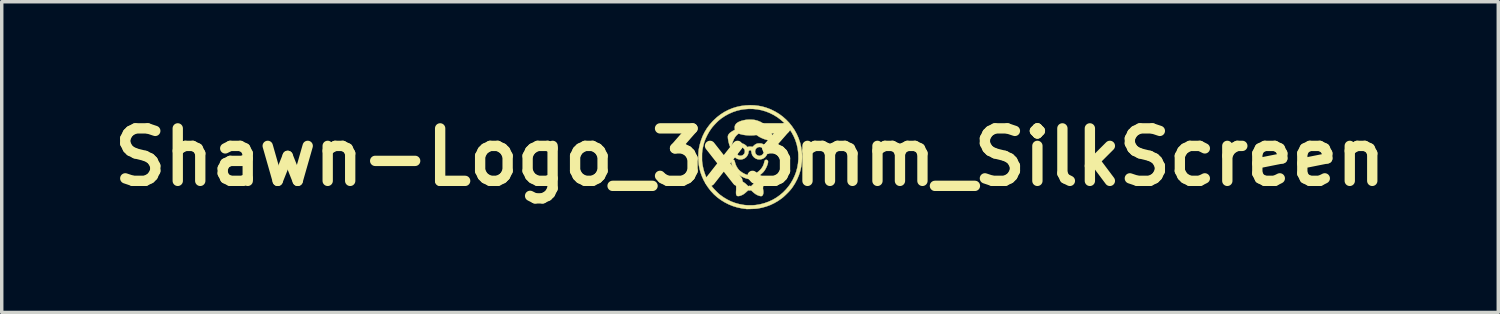
<source format=kicad_pcb>
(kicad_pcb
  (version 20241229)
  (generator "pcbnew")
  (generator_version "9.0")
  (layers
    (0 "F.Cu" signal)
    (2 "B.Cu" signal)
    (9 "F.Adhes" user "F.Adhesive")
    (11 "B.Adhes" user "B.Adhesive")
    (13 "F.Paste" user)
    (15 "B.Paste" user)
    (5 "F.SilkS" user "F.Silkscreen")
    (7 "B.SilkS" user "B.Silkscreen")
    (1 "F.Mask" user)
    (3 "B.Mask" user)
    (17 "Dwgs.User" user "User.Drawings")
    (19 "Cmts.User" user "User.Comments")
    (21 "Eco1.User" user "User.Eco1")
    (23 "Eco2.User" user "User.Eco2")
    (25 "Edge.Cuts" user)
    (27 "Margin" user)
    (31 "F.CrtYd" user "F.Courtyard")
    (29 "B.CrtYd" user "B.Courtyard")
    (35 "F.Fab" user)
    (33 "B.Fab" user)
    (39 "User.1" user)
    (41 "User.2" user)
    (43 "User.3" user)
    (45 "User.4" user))
  (footprint "Shawn-Logo_3x3mm_SilkScreen"
    (layer "F.Cu")
    (at 18.731 1.513)
    (property "Reference" "Shawn-Logo_3x3mm_SilkScreen" (at 0 0 0) (layer "F.SilkS") (effects (font (size 1.524 1.524) (thickness 0.3))))
    (attr through_hole)
    (fp_poly (pts (xy -0.474 0.079) (xy -0.461 0.088) (xy -0.45 0.104) (xy -0.442 0.13) (xy -0.437 0.148) (xy -0.419 0.211) (xy -0.392 0.271) (xy -0.357 0.328) (xy -0.32 0.374) (xy -0.283 0.407) (xy -0.238 0.44) (xy -0.189 0.47) (xy -0.138 0.495) (xy -0.109 0.507) (xy -0.068 0.52) (xy -0.031 0.527) (xy 0.003 0.527) (xy 0.038 0.521) (xy 0.078 0.509) (xy 0.106 0.499) (xy 0.175 0.465) (xy 0.237 0.424) (xy 0.292 0.375) (xy 0.338 0.32) (xy 0.375 0.26) (xy 0.401 0.196) (xy 0.415 0.143) (xy 0.422 0.115) (xy 0.432 0.095) (xy 0.435 0.091) (xy 0.453 0.08) (xy 0.474 0.077) (xy 0.494 0.083) (xy 0.511 0.096) (xy 0.522 0.115) (xy 0.523 0.118) (xy 0.524 0.142) (xy 0.519 0.173) (xy 0.509 0.21) (xy 0.494 0.251) (xy 0.476 0.293) (xy 0.455 0.335) (xy 0.431 0.375) (xy 0.425 0.385) (xy 0.388 0.432) (xy 0.343 0.476) (xy 0.293 0.516) (xy 0.239 0.552) (xy 0.181 0.582) (xy 0.123 0.607) (xy 0.066 0.624) (xy 0.011 0.633) (xy -0.039 0.634) (xy -0.058 0.632) (xy -0.115 0.618) (xy -0.175 0.596) (xy -0.235 0.567) (xy -0.292 0.533) (xy -0.345 0.495) (xy -0.391 0.455) (xy -0.424 0.418) (xy -0.46 0.367) (xy -0.491 0.311) (xy -0.516 0.255) (xy -0.535 0.2) (xy -0.543 0.164) (xy -0.546 0.141) (xy -0.547 0.125) (xy -0.544 0.113) (xy -0.541 0.107) (xy -0.526 0.087) (xy -0.505 0.078) (xy -0.491 0.077) (xy -0.474 0.079)) (stroke (width 0.01) (type solid)) (fill yes) (layer "F.SilkS"))
    (fp_poly (pts (xy 0.332 0.671) (xy 0.34 0.674) (xy 0.362 0.692) (xy 0.378 0.718) (xy 0.386 0.753) (xy 0.388 0.795) (xy 0.383 0.844) (xy 0.382 0.846) (xy 0.378 0.873) (xy 0.376 0.894) (xy 0.376 0.914) (xy 0.379 0.936) (xy 0.382 0.954) (xy 0.388 1.003) (xy 0.387 1.045) (xy 0.379 1.081) (xy 0.373 1.094) (xy 0.36 1.116) (xy 0.343 1.129) (xy 0.32 1.133) (xy 0.289 1.129) (xy 0.231 1.111) (xy 0.174 1.082) (xy 0.117 1.041) (xy 0.077 1.006) (xy 0.055 0.985) (xy 0.039 0.971) (xy 0.028 0.964) (xy 0.021 0.962) (xy 0.017 0.963) (xy 0.002 0.968) (xy -0.018 0.968) (xy -0.035 0.966) (xy -0.041 0.963) (xy -0.047 0.963) (xy -0.058 0.969) (xy -0.073 0.981) (xy -0.096 1.002) (xy -0.102 1.007) (xy -0.127 1.03) (xy -0.154 1.052) (xy -0.179 1.071) (xy -0.194 1.081) (xy -0.234 1.102) (xy -0.274 1.118) (xy -0.309 1.128) (xy -0.341 1.132) (xy -0.365 1.129) (xy -0.373 1.126) (xy -0.387 1.115) (xy -0.397 1.099) (xy -0.403 1.078) (xy -0.406 1.048) (xy -0.406 1.01) (xy -0.405 0.994) (xy -0.403 0.962) (xy -0.402 0.937) (xy -0.402 0.916) (xy -0.402 0.896) (xy -0.402 0.875) (xy -0.403 0.848) (xy -0.405 0.813) (xy -0.405 0.806) (xy -0.406 0.767) (xy -0.404 0.737) (xy -0.4 0.715) (xy -0.392 0.699) (xy -0.381 0.687) (xy -0.365 0.677) (xy -0.353 0.672) (xy -0.344 0.67) (xy -0.332 0.671) (xy -0.315 0.674) (xy -0.298 0.679) (xy -0.24 0.7) (xy -0.186 0.729) (xy -0.133 0.768) (xy -0.093 0.805) (xy -0.052 0.845) (xy -0.032 0.838) (xy -0.014 0.834) (xy 0.002 0.836) (xy 0.009 0.838) (xy 0.031 0.846) (xy 0.067 0.809) (xy 0.122 0.759) (xy 0.177 0.72) (xy 0.234 0.692) (xy 0.282 0.677) (xy 0.305 0.672) (xy 0.32 0.67) (xy 0.332 0.671)) (stroke (width 0.01) (type solid)) (fill yes) (layer "F.SilkS"))
    (fp_poly (pts (xy 0.059 -1.087) (xy 0.105 -1.084) (xy 0.139 -1.079) (xy 0.225 -1.056) (xy 0.305 -1.023) (xy 0.38 -0.98) (xy 0.449 -0.927) (xy 0.511 -0.864) (xy 0.566 -0.793) (xy 0.614 -0.712) (xy 0.655 -0.622) (xy 0.655 -0.622) (xy 0.671 -0.581) (xy 0.682 -0.549) (xy 0.688 -0.525) (xy 0.689 -0.509) (xy 0.685 -0.499) (xy 0.676 -0.493) (xy 0.661 -0.49) (xy 0.653 -0.49) (xy 0.628 -0.49) (xy 0.609 -0.427) (xy 0.598 -0.393) (xy 0.588 -0.369) (xy 0.58 -0.355) (xy 0.571 -0.348) (xy 0.561 -0.347) (xy 0.557 -0.349) (xy 0.55 -0.354) (xy 0.545 -0.364) (xy 0.541 -0.382) (xy 0.538 -0.407) (xy 0.536 -0.443) (xy 0.536 -0.453) (xy 0.535 -0.49) (xy 0.505 -0.497) (xy 0.445 -0.513) (xy 0.385 -0.534) (xy 0.327 -0.559) (xy 0.274 -0.586) (xy 0.23 -0.614) (xy 0.22 -0.621) (xy 0.202 -0.634) (xy 0.189 -0.641) (xy 0.177 -0.642) (xy 0.167 -0.641) (xy 0.099 -0.633) (xy 0.026 -0.63) (xy -0.049 -0.632) (xy -0.125 -0.638) (xy -0.197 -0.648) (xy -0.262 -0.663) (xy -0.307 -0.676) (xy -0.321 -0.681) (xy -0.331 -0.681) (xy -0.341 -0.676) (xy -0.356 -0.665) (xy -0.358 -0.664) (xy -0.397 -0.628) (xy -0.432 -0.584) (xy -0.464 -0.529) (xy -0.493 -0.463) (xy -0.519 -0.387) (xy -0.527 -0.364) (xy -0.534 -0.339) (xy -0.542 -0.318) (xy -0.548 -0.304) (xy -0.551 -0.3) (xy -0.565 -0.296) (xy -0.577 -0.303) (xy -0.581 -0.309) (xy -0.59 -0.327) (xy -0.599 -0.354) (xy -0.609 -0.388) (xy -0.619 -0.426) (xy -0.628 -0.466) (xy -0.635 -0.505) (xy -0.64 -0.54) (xy -0.642 -0.559) (xy -0.643 -0.586) (xy -0.643 -0.605) (xy -0.64 -0.62) (xy -0.635 -0.635) (xy -0.633 -0.64) (xy -0.621 -0.661) (xy -0.605 -0.682) (xy -0.598 -0.69) (xy -0.577 -0.709) (xy -0.549 -0.729) (xy -0.518 -0.75) (xy -0.487 -0.768) (xy -0.463 -0.781) (xy -0.448 -0.788) (xy -0.44 -0.794) (xy -0.439 -0.803) (xy -0.441 -0.814) (xy -0.446 -0.861) (xy -0.441 -0.903) (xy -0.425 -0.941) (xy -0.398 -0.976) (xy -0.36 -1.005) (xy -0.312 -1.031) (xy -0.252 -1.053) (xy -0.181 -1.071) (xy -0.127 -1.082) (xy -0.087 -1.086) (xy -0.04 -1.089) (xy 0.01 -1.089) (xy 0.059 -1.087)) (stroke (width 0.01) (type solid)) (fill yes) (layer "F.SilkS"))
    (fp_poly (pts (xy -0.247 -0.399) (xy -0.198 -0.388) (xy -0.153 -0.365) (xy -0.112 -0.333) (xy -0.1 -0.32) (xy -0.075 -0.291) (xy -0.055 -0.299) (xy -0.034 -0.304) (xy -0.006 -0.307) (xy 0.022 -0.306) (xy 0.047 -0.302) (xy 0.052 -0.301) (xy 0.062 -0.298) (xy 0.07 -0.298) (xy 0.079 -0.304) (xy 0.092 -0.315) (xy 0.103 -0.327) (xy 0.144 -0.362) (xy 0.175 -0.38) (xy 0.195 -0.389) (xy 0.212 -0.394) (xy 0.228 -0.397) (xy 0.25 -0.398) (xy 0.275 -0.399) (xy 0.303 -0.398) (xy 0.323 -0.397) (xy 0.339 -0.394) (xy 0.355 -0.388) (xy 0.372 -0.38) (xy 0.416 -0.353) (xy 0.452 -0.32) (xy 0.48 -0.282) (xy 0.497 -0.243) (xy 0.502 -0.228) (xy 0.509 -0.221) (xy 0.52 -0.218) (xy 0.525 -0.218) (xy 0.55 -0.213) (xy 0.568 -0.199) (xy 0.577 -0.177) (xy 0.579 -0.162) (xy 0.574 -0.144) (xy 0.56 -0.128) (xy 0.541 -0.116) (xy 0.523 -0.112) (xy 0.507 -0.11) (xy 0.502 -0.104) (xy 0.498 -0.09) (xy 0.489 -0.069) (xy 0.475 -0.046) (xy 0.459 -0.023) (xy 0.443 -0.004) (xy 0.437 0.003) (xy 0.396 0.034) (xy 0.352 0.054) (xy 0.306 0.065) (xy 0.26 0.067) (xy 0.215 0.06) (xy 0.172 0.044) (xy 0.133 0.02) (xy 0.099 -0.011) (xy 0.071 -0.049) (xy 0.052 -0.093) (xy 0.041 -0.141) (xy 0.038 -0.166) (xy 0.148 -0.166) (xy 0.152 -0.128) (xy 0.167 -0.097) (xy 0.178 -0.082) (xy 0.196 -0.064) (xy 0.216 -0.052) (xy 0.24 -0.043) (xy 0.272 -0.036) (xy 0.279 -0.037) (xy 0.293 -0.04) (xy 0.3 -0.042) (xy 0.335 -0.055) (xy 0.363 -0.076) (xy 0.384 -0.103) (xy 0.397 -0.134) (xy 0.402 -0.167) (xy 0.398 -0.201) (xy 0.385 -0.232) (xy 0.362 -0.26) (xy 0.357 -0.265) (xy 0.325 -0.285) (xy 0.291 -0.294) (xy 0.257 -0.293) (xy 0.225 -0.284) (xy 0.196 -0.267) (xy 0.172 -0.243) (xy 0.156 -0.213) (xy 0.148 -0.177) (xy 0.148 -0.166) (xy 0.038 -0.166) (xy 0.037 -0.169) (xy 0.032 -0.187) (xy 0.023 -0.197) (xy 0.01 -0.201) (xy 0.002 -0.201) (xy -0.019 -0.196) (xy -0.034 -0.181) (xy -0.041 -0.161) (xy -0.041 -0.157) (xy -0.047 -0.117) (xy -0.061 -0.076) (xy -0.083 -0.036) (xy -0.111 -0.001) (xy -0.112 0.000281) (xy -0.153 0.033) (xy -0.199 0.055) (xy -0.248 0.067) (xy -0.301 0.068) (xy -0.32 0.065) (xy -0.367 0.051) (xy -0.411 0.027) (xy -0.448 -0.007) (xy -0.479 -0.048) (xy -0.502 -0.095) (xy -0.504 -0.102) (xy -0.513 -0.11) (xy -0.523 -0.112) (xy -0.547 -0.117) (xy -0.566 -0.13) (xy -0.579 -0.149) (xy -0.582 -0.165) (xy -0.405 -0.165) (xy -0.4 -0.131) (xy -0.386 -0.1) (xy -0.366 -0.074) (xy -0.339 -0.054) (xy -0.308 -0.042) (xy -0.274 -0.039) (xy -0.238 -0.045) (xy -0.219 -0.053) (xy -0.195 -0.069) (xy -0.174 -0.093) (xy -0.162 -0.109) (xy -0.155 -0.129) (xy -0.151 -0.155) (xy -0.152 -0.183) (xy -0.156 -0.209) (xy -0.161 -0.222) (xy -0.183 -0.252) (xy -0.213 -0.275) (xy -0.247 -0.29) (xy -0.282 -0.295) (xy -0.314 -0.29) (xy -0.344 -0.275) (xy -0.371 -0.252) (xy -0.391 -0.223) (xy -0.399 -0.203) (xy -0.405 -0.165) (xy -0.582 -0.165) (xy -0.583 -0.17) (xy -0.582 -0.179) (xy -0.571 -0.198) (xy -0.553 -0.212) (xy -0.531 -0.218) (xy -0.528 -0.219) (xy -0.516 -0.219) (xy -0.509 -0.224) (xy -0.503 -0.235) (xy -0.498 -0.248) (xy -0.477 -0.29) (xy -0.447 -0.328) (xy -0.41 -0.36) (xy -0.368 -0.383) (xy -0.349 -0.39) (xy -0.298 -0.4) (xy -0.247 -0.399)) (stroke (width 0.01) (type solid)) (fill yes) (layer "F.SilkS"))
    (fp_poly (pts (xy 0.127 -1.504) (xy 0.241 -1.491) (xy 0.352 -1.47) (xy 0.462 -1.439) (xy 0.573 -1.398) (xy 0.618 -1.379) (xy 0.735 -1.32) (xy 0.847 -1.252) (xy 0.951 -1.175) (xy 1.048 -1.089) (xy 1.138 -0.996) (xy 1.219 -0.895) (xy 1.292 -0.787) (xy 1.355 -0.674) (xy 1.408 -0.555) (xy 1.451 -0.431) (xy 1.46 -0.399) (xy 1.487 -0.278) (xy 1.505 -0.155) (xy 1.512 -0.028) (xy 1.512 0.000176) (xy 1.506 0.134) (xy 1.489 0.265) (xy 1.461 0.394) (xy 1.421 0.519) (xy 1.37 0.641) (xy 1.308 0.759) (xy 1.235 0.873) (xy 1.203 0.916) (xy 1.179 0.946) (xy 1.148 0.981) (xy 1.112 1.02) (xy 1.072 1.06) (xy 1.032 1.099) (xy 0.993 1.136) (xy 0.957 1.168) (xy 0.926 1.193) (xy 0.921 1.197) (xy 0.813 1.272) (xy 0.703 1.336) (xy 0.59 1.39) (xy 0.473 1.433) (xy 0.35 1.467) (xy 0.226 1.492) (xy 0.208 1.494) (xy 0.181 1.497) (xy 0.149 1.499) (xy 0.112 1.501) (xy 0.073 1.503) (xy 0.033 1.504) (xy -0.005 1.506) (xy -0.04 1.506) (xy -0.07 1.507) (xy -0.093 1.507) (xy -0.108 1.506) (xy -0.112 1.505) (xy -0.119 1.503) (xy -0.135 1.5) (xy -0.154 1.499) (xy -0.178 1.496) (xy -0.208 1.492) (xy -0.239 1.487) (xy -0.251 1.485) (xy -0.377 1.458) (xy -0.5 1.42) (xy -0.619 1.372) (xy -0.734 1.313) (xy -0.844 1.245) (xy -0.948 1.169) (xy -1.044 1.084) (xy -1.131 0.991) (xy -1.145 0.975) (xy -1.221 0.876) (xy -1.289 0.772) (xy -1.349 0.664) (xy -1.398 0.554) (xy -1.438 0.443) (xy -1.438 0.443) (xy -1.448 0.406) (xy -1.459 0.365) (xy -1.469 0.323) (xy -1.477 0.284) (xy -1.483 0.251) (xy -1.486 0.236) (xy -1.489 0.216) (xy -1.491 0.199) (xy -1.492 0.192) (xy -1.493 0.182) (xy -1.495 0.163) (xy -1.497 0.137) (xy -1.499 0.106) (xy -1.5 0.089) (xy -1.501 0.039) (xy -1.502 0.008) (xy -1.394 0.008) (xy -1.394 0.043) (xy -1.394 0.076) (xy -1.393 0.103) (xy -1.392 0.123) (xy -1.391 0.13) (xy -1.389 0.149) (xy -1.386 0.172) (xy -1.385 0.18) (xy -1.377 0.234) (xy -1.365 0.294) (xy -1.351 0.355) (xy -1.335 0.411) (xy -1.324 0.446) (xy -1.315 0.47) (xy -1.307 0.495) (xy -1.302 0.508) (xy -1.285 0.552) (xy -1.261 0.602) (xy -1.232 0.657) (xy -1.2 0.713) (xy -1.165 0.769) (xy -1.129 0.822) (xy -1.108 0.85) (xy -1.085 0.88) (xy -1.055 0.915) (xy -1.02 0.952) (xy -0.983 0.99) (xy -0.947 1.026) (xy -0.912 1.059) (xy -0.882 1.085) (xy -0.871 1.094) (xy -0.765 1.17) (xy -0.657 1.234) (xy -0.547 1.288) (xy -0.432 1.331) (xy -0.313 1.364) (xy -0.187 1.387) (xy -0.162 1.391) (xy -0.119 1.395) (xy -0.068 1.398) (xy -0.013 1.399) (xy 0.044 1.399) (xy 0.098 1.397) (xy 0.146 1.393) (xy 0.166 1.391) (xy 0.295 1.37) (xy 0.419 1.337) (xy 0.539 1.294) (xy 0.654 1.241) (xy 0.763 1.178) (xy 0.865 1.105) (xy 0.961 1.024) (xy 1.049 0.933) (xy 1.13 0.834) (xy 1.172 0.774) (xy 1.239 0.663) (xy 1.294 0.549) (xy 1.339 0.43) (xy 1.372 0.308) (xy 1.394 0.183) (xy 1.405 0.055) (xy 1.404 -0.074) (xy 1.4 -0.129) (xy 1.383 -0.254) (xy 1.355 -0.376) (xy 1.317 -0.494) (xy 1.268 -0.608) (xy 1.21 -0.716) (xy 1.142 -0.819) (xy 1.066 -0.915) (xy 0.982 -1.005) (xy 0.89 -1.087) (xy 0.791 -1.161) (xy 0.685 -1.226) (xy 0.572 -1.282) (xy 0.459 -1.327) (xy 0.336 -1.363) (xy 0.212 -1.387) (xy 0.085 -1.4) (xy -0.042 -1.401) (xy -0.17 -1.391) (xy -0.251 -1.379) (xy -0.376 -1.35) (xy -0.497 -1.309) (xy -0.614 -1.258) (xy -0.726 -1.197) (xy -0.833 -1.125) (xy -0.889 -1.081) (xy -0.922 -1.052) (xy -0.96 -1.016) (xy -0.999 -0.976) (xy -1.038 -0.934) (xy -1.074 -0.894) (xy -1.105 -0.857) (xy -1.113 -0.846) (xy -1.179 -0.75) (xy -1.237 -0.649) (xy -1.287 -0.545) (xy -1.327 -0.441) (xy -1.338 -0.403) (xy -1.349 -0.363) (xy -1.36 -0.319) (xy -1.37 -0.274) (xy -1.378 -0.232) (xy -1.384 -0.196) (xy -1.385 -0.183) (xy -1.388 -0.16) (xy -1.39 -0.139) (xy -1.392 -0.127) (xy -1.393 -0.114) (xy -1.393 -0.091) (xy -1.394 -0.062) (xy -1.394 -0.028) (xy -1.394 0.008) (xy -1.502 0.008) (xy -1.502 -0.016) (xy -1.5 -0.071) (xy -1.498 -0.125) (xy -1.494 -0.173) (xy -1.49 -0.214) (xy -1.489 -0.222) (xy -1.461 -0.356) (xy -1.424 -0.484) (xy -1.378 -0.606) (xy -1.321 -0.722) (xy -1.254 -0.833) (xy -1.176 -0.938) (xy -1.088 -1.038) (xy -1.06 -1.066) (xy -0.961 -1.158) (xy -0.856 -1.239) (xy -0.746 -1.31) (xy -0.63 -1.37) (xy -0.51 -1.42) (xy -0.386 -1.458) (xy -0.257 -1.486) (xy -0.125 -1.502) (xy 0.006 -1.508) (xy 0.127 -1.504)) (stroke (width 0.01) (type solid)) (fill yes) (layer "F.SilkS")))
  (gr_rect
    (start -3 -3)
    (end 40.461 6.024)
    (stroke (width 0.1) (type default))
    (fill no)
    (layer "Edge.Cuts")))
</source>
